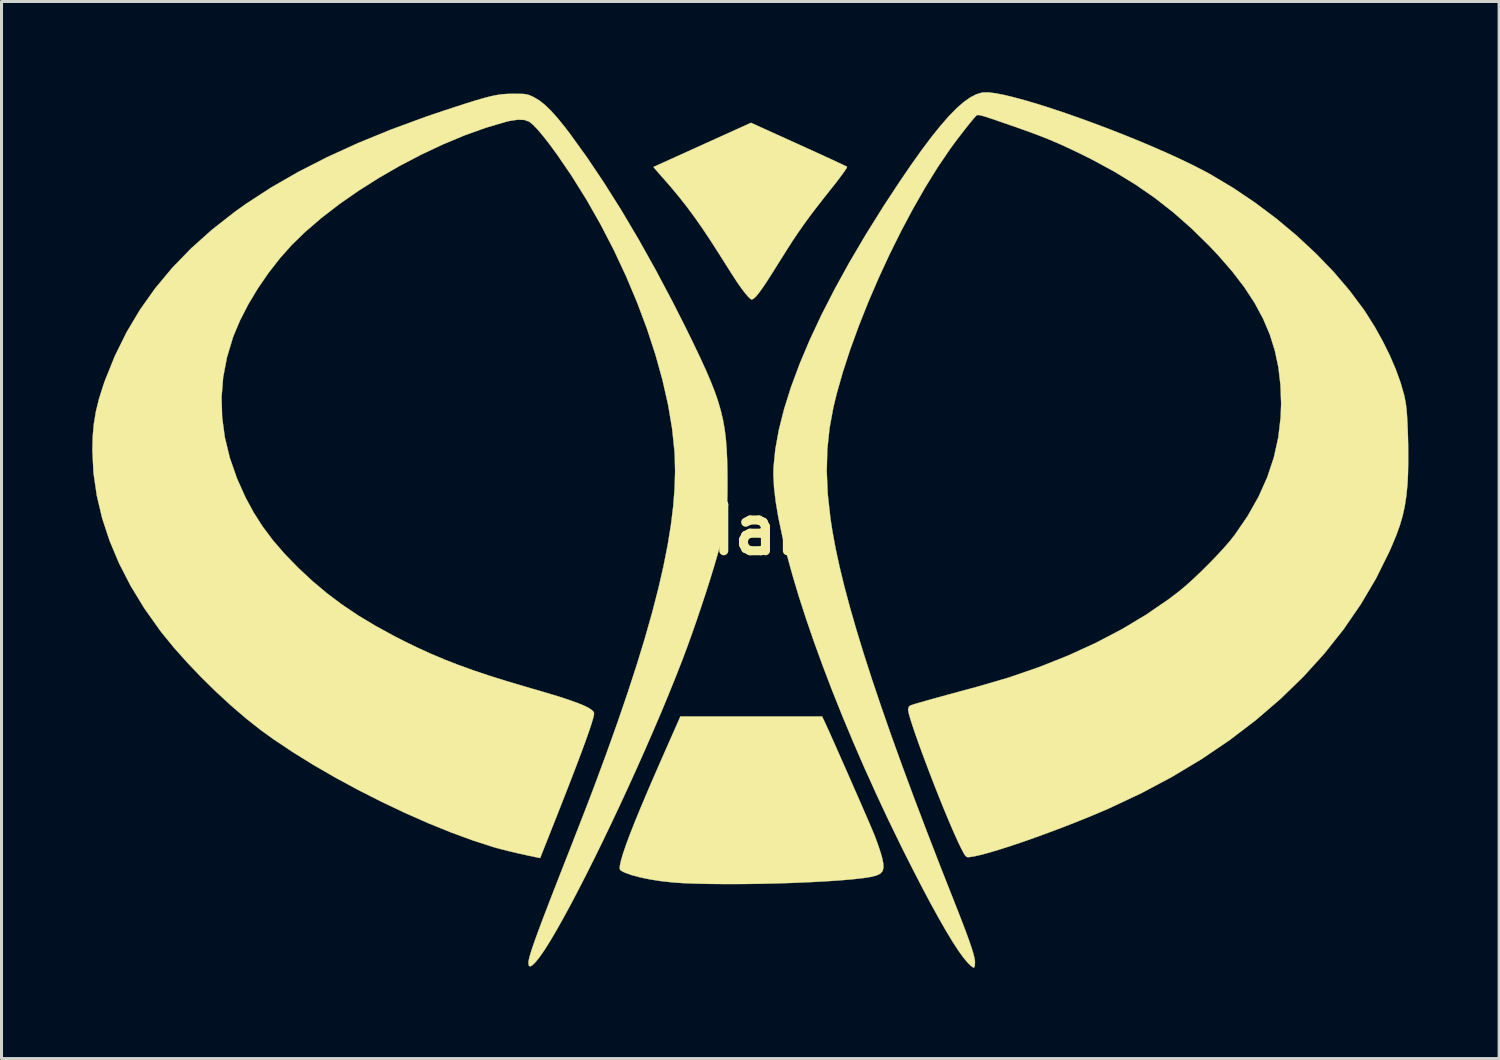
<source format=kicad_pcb>
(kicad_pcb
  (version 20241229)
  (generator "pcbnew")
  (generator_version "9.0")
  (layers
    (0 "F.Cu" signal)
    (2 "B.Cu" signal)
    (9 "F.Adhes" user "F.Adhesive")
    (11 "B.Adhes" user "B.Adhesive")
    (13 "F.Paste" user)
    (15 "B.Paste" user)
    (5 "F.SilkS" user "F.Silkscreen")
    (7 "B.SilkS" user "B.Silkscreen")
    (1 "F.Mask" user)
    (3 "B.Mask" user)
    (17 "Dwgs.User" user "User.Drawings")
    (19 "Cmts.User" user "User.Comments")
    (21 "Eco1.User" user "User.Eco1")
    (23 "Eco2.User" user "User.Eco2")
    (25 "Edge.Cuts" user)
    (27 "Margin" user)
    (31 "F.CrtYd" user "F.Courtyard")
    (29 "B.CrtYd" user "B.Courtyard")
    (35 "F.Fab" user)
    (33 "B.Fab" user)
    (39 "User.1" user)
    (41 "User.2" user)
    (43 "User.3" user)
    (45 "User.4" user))
  (footprint "Man"
    (layer "F.Cu")
    (at 21.756 14.474)
    (property "Reference" "Man" (at 0 0 0) (layer "F.SilkS") (effects (font (size 1.524 1.524) (thickness 0.3))))
    (attr through_hole)
    (fp_poly (pts (xy 1.601 -12.75) (xy 1.918 -12.606) (xy 2.215 -12.471) (xy 2.486 -12.347) (xy 2.723 -12.238) (xy 2.92 -12.146) (xy 3.071 -12.075) (xy 3.169 -12.028) (xy 3.207 -12.008) (xy 3.195 -11.972) (xy 3.142 -11.889) (xy 3.054 -11.765) (xy 2.937 -11.608) (xy 2.797 -11.427) (xy 2.679 -11.278) (xy 2.406 -10.933) (xy 2.17 -10.63) (xy 1.961 -10.354) (xy 1.77 -10.091) (xy 1.586 -9.828) (xy 1.4 -9.55) (xy 1.203 -9.243) (xy 0.983 -8.893) (xy 0.915 -8.784) (xy 0.715 -8.465) (xy 0.548 -8.204) (xy 0.409 -7.998) (xy 0.295 -7.841) (xy 0.204 -7.73) (xy 0.132 -7.659) (xy 0.075 -7.625) (xy 0.048 -7.62) (xy 0.003 -7.647) (xy -0.068 -7.716) (xy -0.148 -7.81) (xy -0.219 -7.9) (xy -0.284 -7.987) (xy -0.35 -8.079) (xy -0.423 -8.184) (xy -0.508 -8.313) (xy -0.611 -8.473) (xy -0.738 -8.673) (xy -0.896 -8.923) (xy -0.971 -9.042) (xy -1.277 -9.52) (xy -1.559 -9.946) (xy -1.828 -10.33) (xy -2.091 -10.686) (xy -2.358 -11.025) (xy -2.637 -11.359) (xy -2.81 -11.557) (xy -2.923 -11.686) (xy -3.025 -11.801) (xy -3.101 -11.889) (xy -3.131 -11.924) (xy -3.196 -12.002) (xy -1.584 -12.732) (xy 0.028 -13.463) (xy 1.601 -12.75)) (stroke (width 0.01) (type solid)) (fill yes) (layer "F.SilkS"))
    (fp_poly (pts (xy 2.446 6.305) (xy 2.499 6.419) (xy 2.577 6.589) (xy 2.675 6.807) (xy 2.789 7.064) (xy 2.917 7.352) (xy 3.055 7.663) (xy 3.198 7.987) (xy 3.343 8.317) (xy 3.486 8.644) (xy 3.624 8.959) (xy 3.753 9.254) (xy 3.869 9.521) (xy 3.968 9.751) (xy 4.046 9.935) (xy 4.101 10.066) (xy 4.117 10.106) (xy 4.192 10.304) (xy 4.264 10.51) (xy 4.325 10.698) (xy 4.362 10.827) (xy 4.403 11.021) (xy 4.411 11.171) (xy 4.38 11.285) (xy 4.303 11.369) (xy 4.174 11.431) (xy 3.985 11.478) (xy 3.731 11.517) (xy 3.718 11.518) (xy 3.364 11.557) (xy 2.948 11.592) (xy 2.481 11.623) (xy 1.973 11.65) (xy 1.437 11.673) (xy 0.881 11.691) (xy 0.318 11.704) (xy -0.242 11.711) (xy -0.789 11.713) (xy -1.311 11.708) (xy -1.798 11.698) (xy -2.213 11.682) (xy -2.59 11.655) (xy -2.96 11.613) (xy -3.314 11.557) (xy -3.636 11.491) (xy -3.917 11.416) (xy -4.142 11.334) (xy -4.217 11.299) (xy -4.285 11.257) (xy -4.312 11.209) (xy -4.308 11.126) (xy -4.303 11.091) (xy -4.267 10.925) (xy -4.202 10.704) (xy -4.107 10.426) (xy -3.983 10.091) (xy -3.828 9.697) (xy -3.642 9.242) (xy -3.425 8.727) (xy -3.176 8.149) (xy -2.901 7.52) (xy -2.305 6.169) (xy 2.381 6.169) (xy 2.446 6.305)) (stroke (width 0.01) (type solid)) (fill yes) (layer "F.SilkS"))
    (fp_poly (pts (xy -7.646 -14.422) (xy -7.508 -14.418) (xy -7.407 -14.406) (xy -7.322 -14.385) (xy -7.236 -14.35) (xy -7.146 -14.307) (xy -6.971 -14.203) (xy -6.786 -14.056) (xy -6.584 -13.861) (xy -6.363 -13.614) (xy -6.117 -13.31) (xy -5.962 -13.107) (xy -5.4 -12.328) (xy -4.833 -11.483) (xy -4.261 -10.576) (xy -3.69 -9.612) (xy -3.122 -8.597) (xy -2.559 -7.535) (xy -2.143 -6.713) (xy -1.888 -6.193) (xy -1.666 -5.729) (xy -1.475 -5.312) (xy -1.311 -4.934) (xy -1.174 -4.587) (xy -1.061 -4.262) (xy -0.97 -3.951) (xy -0.898 -3.646) (xy -0.843 -3.339) (xy -0.803 -3.022) (xy -0.776 -2.686) (xy -0.759 -2.323) (xy -0.75 -1.925) (xy -0.748 -1.615) (xy -0.749 -1.261) (xy -0.755 -0.964) (xy -0.768 -0.705) (xy -0.791 -0.47) (xy -0.824 -0.239) (xy -0.871 0.002) (xy -0.933 0.27) (xy -0.996 0.521) (xy -1.082 0.838) (xy -1.191 1.21) (xy -1.318 1.624) (xy -1.459 2.067) (xy -1.611 2.527) (xy -1.768 2.992) (xy -1.927 3.447) (xy -2.083 3.881) (xy -2.233 4.281) (xy -2.24 4.299) (xy -2.459 4.859) (xy -2.694 5.44) (xy -2.942 6.038) (xy -3.203 6.648) (xy -3.472 7.265) (xy -3.748 7.886) (xy -4.029 8.505) (xy -4.312 9.117) (xy -4.596 9.719) (xy -4.877 10.304) (xy -5.154 10.87) (xy -5.425 11.41) (xy -5.687 11.921) (xy -5.937 12.398) (xy -6.175 12.835) (xy -6.396 13.23) (xy -6.6 13.576) (xy -6.783 13.869) (xy -6.945 14.104) (xy -7.081 14.278) (xy -7.095 14.293) (xy -7.2 14.397) (xy -7.273 14.437) (xy -7.315 14.414) (xy -7.33 14.329) (xy -7.33 14.322) (xy -7.325 14.261) (xy -7.308 14.177) (xy -7.279 14.067) (xy -7.236 13.926) (xy -7.178 13.75) (xy -7.103 13.537) (xy -7.01 13.281) (xy -6.898 12.98) (xy -6.764 12.629) (xy -6.609 12.225) (xy -6.429 11.763) (xy -6.225 11.24) (xy -6.086 10.886) (xy -5.946 10.529) (xy -5.804 10.165) (xy -5.664 9.806) (xy -5.53 9.462) (xy -5.408 9.146) (xy -5.301 8.867) (xy -5.213 8.638) (xy -5.171 8.527) (xy -4.76 7.418) (xy -4.385 6.369) (xy -4.046 5.378) (xy -3.742 4.442) (xy -3.472 3.557) (xy -3.236 2.723) (xy -3.033 1.936) (xy -2.863 1.194) (xy -2.725 0.495) (xy -2.618 -0.165) (xy -2.542 -0.788) (xy -2.496 -1.376) (xy -2.48 -1.932) (xy -2.492 -2.458) (xy -2.5 -2.592) (xy -2.578 -3.344) (xy -2.711 -4.133) (xy -2.896 -4.952) (xy -3.13 -5.794) (xy -3.41 -6.651) (xy -3.734 -7.516) (xy -4.098 -8.382) (xy -4.5 -9.242) (xy -4.938 -10.09) (xy -5.407 -10.916) (xy -5.906 -11.715) (xy -6.373 -12.399) (xy -6.622 -12.74) (xy -6.841 -13.021) (xy -7.028 -13.242) (xy -7.182 -13.402) (xy -7.304 -13.499) (xy -7.308 -13.502) (xy -7.466 -13.558) (xy -7.678 -13.566) (xy -7.944 -13.527) (xy -8.076 -13.496) (xy -8.751 -13.296) (xy -9.449 -13.045) (xy -10.16 -12.748) (xy -10.876 -12.411) (xy -11.586 -12.04) (xy -12.28 -11.639) (xy -12.949 -11.216) (xy -13.584 -10.774) (xy -14.174 -10.319) (xy -14.71 -9.858) (xy -15.151 -9.43) (xy -15.55 -8.982) (xy -15.93 -8.494) (xy -16.282 -7.981) (xy -16.597 -7.456) (xy -16.866 -6.933) (xy -17.079 -6.427) (xy -17.104 -6.359) (xy -17.301 -5.704) (xy -17.426 -5.046) (xy -17.479 -4.385) (xy -17.46 -3.72) (xy -17.369 -3.052) (xy -17.205 -2.379) (xy -16.969 -1.702) (xy -16.686 -1.071) (xy -16.42 -0.579) (xy -16.121 -0.111) (xy -15.78 0.344) (xy -15.388 0.798) (xy -14.936 1.262) (xy -14.926 1.271) (xy -14.464 1.701) (xy -13.991 2.098) (xy -13.496 2.47) (xy -12.967 2.825) (xy -12.395 3.17) (xy -11.766 3.513) (xy -11.448 3.676) (xy -11.007 3.891) (xy -10.568 4.091) (xy -10.121 4.281) (xy -9.657 4.462) (xy -9.165 4.64) (xy -8.635 4.818) (xy -8.058 4.999) (xy -7.423 5.188) (xy -7.178 5.259) (xy -6.714 5.394) (xy -6.317 5.515) (xy -5.985 5.624) (xy -5.713 5.721) (xy -5.5 5.808) (xy -5.341 5.886) (xy -5.234 5.957) (xy -5.174 6.021) (xy -5.16 6.062) (xy -5.167 6.133) (xy -5.199 6.261) (xy -5.255 6.445) (xy -5.337 6.688) (xy -5.444 6.991) (xy -5.578 7.354) (xy -5.738 7.779) (xy -5.925 8.267) (xy -6.14 8.819) (xy -6.382 9.435) (xy -6.551 9.862) (xy -6.943 10.852) (xy -7.055 10.83) (xy -7.358 10.766) (xy -7.668 10.697) (xy -7.968 10.626) (xy -8.238 10.558) (xy -8.459 10.498) (xy -8.496 10.487) (xy -9.18 10.266) (xy -9.905 9.999) (xy -10.658 9.693) (xy -11.428 9.353) (xy -12.203 8.984) (xy -12.973 8.593) (xy -13.726 8.186) (xy -14.45 7.767) (xy -15.135 7.342) (xy -15.768 6.919) (xy -16.178 6.623) (xy -16.659 6.244) (xy -17.157 5.817) (xy -17.659 5.355) (xy -18.152 4.871) (xy -18.623 4.377) (xy -19.059 3.888) (xy -19.445 3.415) (xy -19.523 3.313) (xy -20.035 2.59) (xy -20.483 1.855) (xy -20.865 1.112) (xy -21.18 0.364) (xy -21.427 -0.386) (xy -21.605 -1.137) (xy -21.714 -1.884) (xy -21.751 -2.626) (xy -21.751 -2.631) (xy -21.74 -3.088) (xy -21.702 -3.51) (xy -21.634 -3.918) (xy -21.532 -4.334) (xy -21.391 -4.779) (xy -21.34 -4.926) (xy -21.01 -5.747) (xy -20.624 -6.529) (xy -20.181 -7.274) (xy -19.678 -7.984) (xy -19.114 -8.662) (xy -18.487 -9.309) (xy -17.796 -9.927) (xy -17.039 -10.52) (xy -16.658 -10.791) (xy -15.838 -11.324) (xy -14.949 -11.835) (xy -13.991 -12.325) (xy -12.964 -12.794) (xy -11.868 -13.242) (xy -10.703 -13.67) (xy -10.101 -13.873) (xy -9.708 -14.002) (xy -9.375 -14.109) (xy -9.094 -14.197) (xy -8.857 -14.266) (xy -8.657 -14.32) (xy -8.485 -14.36) (xy -8.332 -14.389) (xy -8.192 -14.407) (xy -8.055 -14.417) (xy -7.913 -14.422) (xy -7.837 -14.423) (xy -7.646 -14.422)) (stroke (width 0.01) (type solid)) (fill yes) (layer "F.SilkS"))
    (fp_poly (pts (xy 7.9 -14.467) (xy 8.132 -14.437) (xy 8.419 -14.38) (xy 8.753 -14.299) (xy 9.128 -14.196) (xy 9.54 -14.073) (xy 9.981 -13.933) (xy 10.445 -13.777) (xy 10.927 -13.608) (xy 11.42 -13.428) (xy 11.919 -13.239) (xy 12.417 -13.043) (xy 12.909 -12.843) (xy 13.388 -12.64) (xy 13.848 -12.437) (xy 14.284 -12.236) (xy 14.688 -12.04) (xy 15.057 -11.849) (xy 15.222 -11.759) (xy 15.972 -11.312) (xy 16.704 -10.819) (xy 17.41 -10.289) (xy 18.083 -9.726) (xy 18.714 -9.138) (xy 19.298 -8.533) (xy 19.825 -7.915) (xy 20.289 -7.293) (xy 20.374 -7.166) (xy 20.659 -6.713) (xy 20.92 -6.245) (xy 21.154 -5.773) (xy 21.353 -5.309) (xy 21.514 -4.865) (xy 21.632 -4.452) (xy 21.681 -4.209) (xy 21.705 -4.027) (xy 21.725 -3.787) (xy 21.741 -3.502) (xy 21.753 -3.185) (xy 21.762 -2.85) (xy 21.765 -2.512) (xy 21.764 -2.184) (xy 21.758 -1.879) (xy 21.747 -1.611) (xy 21.739 -1.491) (xy 21.702 -1.121) (xy 21.651 -0.785) (xy 21.581 -0.466) (xy 21.487 -0.147) (xy 21.365 0.19) (xy 21.209 0.563) (xy 21.134 0.732) (xy 20.696 1.614) (xy 20.191 2.468) (xy 19.622 3.294) (xy 18.99 4.091) (xy 18.296 4.856) (xy 17.542 5.588) (xy 16.73 6.287) (xy 15.861 6.95) (xy 14.937 7.576) (xy 13.959 8.164) (xy 12.929 8.712) (xy 11.848 9.22) (xy 11.288 9.458) (xy 10.827 9.645) (xy 10.364 9.826) (xy 9.906 9.999) (xy 9.461 10.161) (xy 9.035 10.312) (xy 8.634 10.447) (xy 8.266 10.565) (xy 7.938 10.664) (xy 7.656 10.741) (xy 7.427 10.793) (xy 7.259 10.82) (xy 7.2 10.823) (xy 7.156 10.81) (xy 7.115 10.771) (xy 7.066 10.693) (xy 6.998 10.564) (xy 6.979 10.527) (xy 6.883 10.33) (xy 6.773 10.087) (xy 6.65 9.806) (xy 6.518 9.494) (xy 6.379 9.158) (xy 6.237 8.805) (xy 6.094 8.443) (xy 5.953 8.079) (xy 5.817 7.72) (xy 5.688 7.374) (xy 5.569 7.048) (xy 5.464 6.749) (xy 5.374 6.484) (xy 5.303 6.261) (xy 5.253 6.088) (xy 5.228 5.97) (xy 5.225 5.937) (xy 5.248 5.854) (xy 5.289 5.811) (xy 5.344 5.79) (xy 5.466 5.752) (xy 5.65 5.699) (xy 5.892 5.63) (xy 6.187 5.548) (xy 6.531 5.453) (xy 6.921 5.347) (xy 7.352 5.231) (xy 7.511 5.188) (xy 8.551 4.884) (xy 9.553 4.539) (xy 10.513 4.157) (xy 11.427 3.739) (xy 12.289 3.288) (xy 13.095 2.806) (xy 13.84 2.295) (xy 14.188 2.03) (xy 14.408 1.847) (xy 14.655 1.624) (xy 14.917 1.375) (xy 15.182 1.112) (xy 15.439 0.846) (xy 15.675 0.59) (xy 15.878 0.355) (xy 16.03 0.163) (xy 16.459 -0.466) (xy 16.817 -1.101) (xy 17.104 -1.743) (xy 17.321 -2.395) (xy 17.468 -3.058) (xy 17.547 -3.735) (xy 17.562 -4.183) (xy 17.54 -4.792) (xy 17.472 -5.371) (xy 17.355 -5.926) (xy 17.187 -6.463) (xy 16.963 -6.989) (xy 16.683 -7.509) (xy 16.342 -8.029) (xy 15.939 -8.554) (xy 15.471 -9.092) (xy 15.186 -9.393) (xy 14.6 -9.968) (xy 14.006 -10.492) (xy 13.393 -10.973) (xy 12.747 -11.42) (xy 12.059 -11.841) (xy 11.316 -12.244) (xy 10.915 -12.444) (xy 10.636 -12.578) (xy 10.383 -12.696) (xy 10.143 -12.803) (xy 9.904 -12.904) (xy 9.653 -13.005) (xy 9.378 -13.109) (xy 9.067 -13.222) (xy 8.708 -13.349) (xy 8.439 -13.442) (xy 8.166 -13.536) (xy 7.954 -13.608) (xy 7.793 -13.661) (xy 7.676 -13.696) (xy 7.595 -13.715) (xy 7.541 -13.721) (xy 7.506 -13.715) (xy 7.482 -13.701) (xy 7.47 -13.69) (xy 7.401 -13.612) (xy 7.297 -13.488) (xy 7.171 -13.331) (xy 7.032 -13.153) (xy 6.888 -12.967) (xy 6.752 -12.785) (xy 6.631 -12.621) (xy 6.613 -12.595) (xy 6.205 -11.994) (xy 5.796 -11.334) (xy 5.391 -10.627) (xy 4.995 -9.883) (xy 4.612 -9.112) (xy 4.248 -8.324) (xy 3.906 -7.53) (xy 3.593 -6.741) (xy 3.311 -5.967) (xy 3.067 -5.218) (xy 2.864 -4.505) (xy 2.755 -4.058) (xy 2.628 -3.368) (xy 2.554 -2.662) (xy 2.535 -1.932) (xy 2.569 -1.171) (xy 2.658 -0.373) (xy 2.724 0.053) (xy 2.828 0.616) (xy 2.959 1.221) (xy 3.117 1.87) (xy 3.303 2.565) (xy 3.517 3.308) (xy 3.759 4.1) (xy 4.031 4.943) (xy 4.333 5.839) (xy 4.664 6.789) (xy 5.027 7.795) (xy 5.421 8.859) (xy 5.848 9.983) (xy 6.306 11.167) (xy 6.732 12.246) (xy 6.902 12.678) (xy 7.045 13.048) (xy 7.163 13.362) (xy 7.258 13.623) (xy 7.33 13.838) (xy 7.383 14.011) (xy 7.417 14.147) (xy 7.435 14.251) (xy 7.438 14.306) (xy 7.43 14.419) (xy 7.407 14.474) (xy 7.396 14.478) (xy 7.35 14.453) (xy 7.274 14.39) (xy 7.2 14.317) (xy 7.06 14.152) (xy 6.894 13.922) (xy 6.702 13.628) (xy 6.487 13.272) (xy 6.248 12.856) (xy 5.986 12.382) (xy 5.704 11.851) (xy 5.402 11.266) (xy 5.08 10.628) (xy 5.01 10.487) (xy 4.583 9.611) (xy 4.173 8.735) (xy 3.779 7.863) (xy 3.404 6.999) (xy 3.048 6.146) (xy 2.713 5.309) (xy 2.401 4.49) (xy 2.111 3.694) (xy 1.847 2.925) (xy 1.608 2.186) (xy 1.397 1.48) (xy 1.214 0.813) (xy 1.061 0.187) (xy 0.938 -0.395) (xy 0.848 -0.927) (xy 0.792 -1.406) (xy 0.77 -1.829) (xy 0.775 -2.068) (xy 0.835 -2.669) (xy 0.952 -3.312) (xy 1.125 -3.996) (xy 1.352 -4.719) (xy 1.634 -5.479) (xy 1.969 -6.274) (xy 2.357 -7.103) (xy 2.797 -7.962) (xy 3.287 -8.852) (xy 3.828 -9.769) (xy 4.418 -10.713) (xy 4.937 -11.503) (xy 5.318 -12.061) (xy 5.671 -12.557) (xy 5.996 -12.99) (xy 6.296 -13.364) (xy 6.572 -13.68) (xy 6.826 -13.94) (xy 7.061 -14.146) (xy 7.277 -14.3) (xy 7.477 -14.404) (xy 7.663 -14.46) (xy 7.727 -14.469) (xy 7.9 -14.467)) (stroke (width 0.01) (type solid)) (fill yes) (layer "F.SilkS")))
  (gr_rect
    (start -3 -3)
    (end 46.527 31.957)
    (stroke (width 0.1) (type default))
    (fill no)
    (layer "Edge.Cuts")))
</source>
